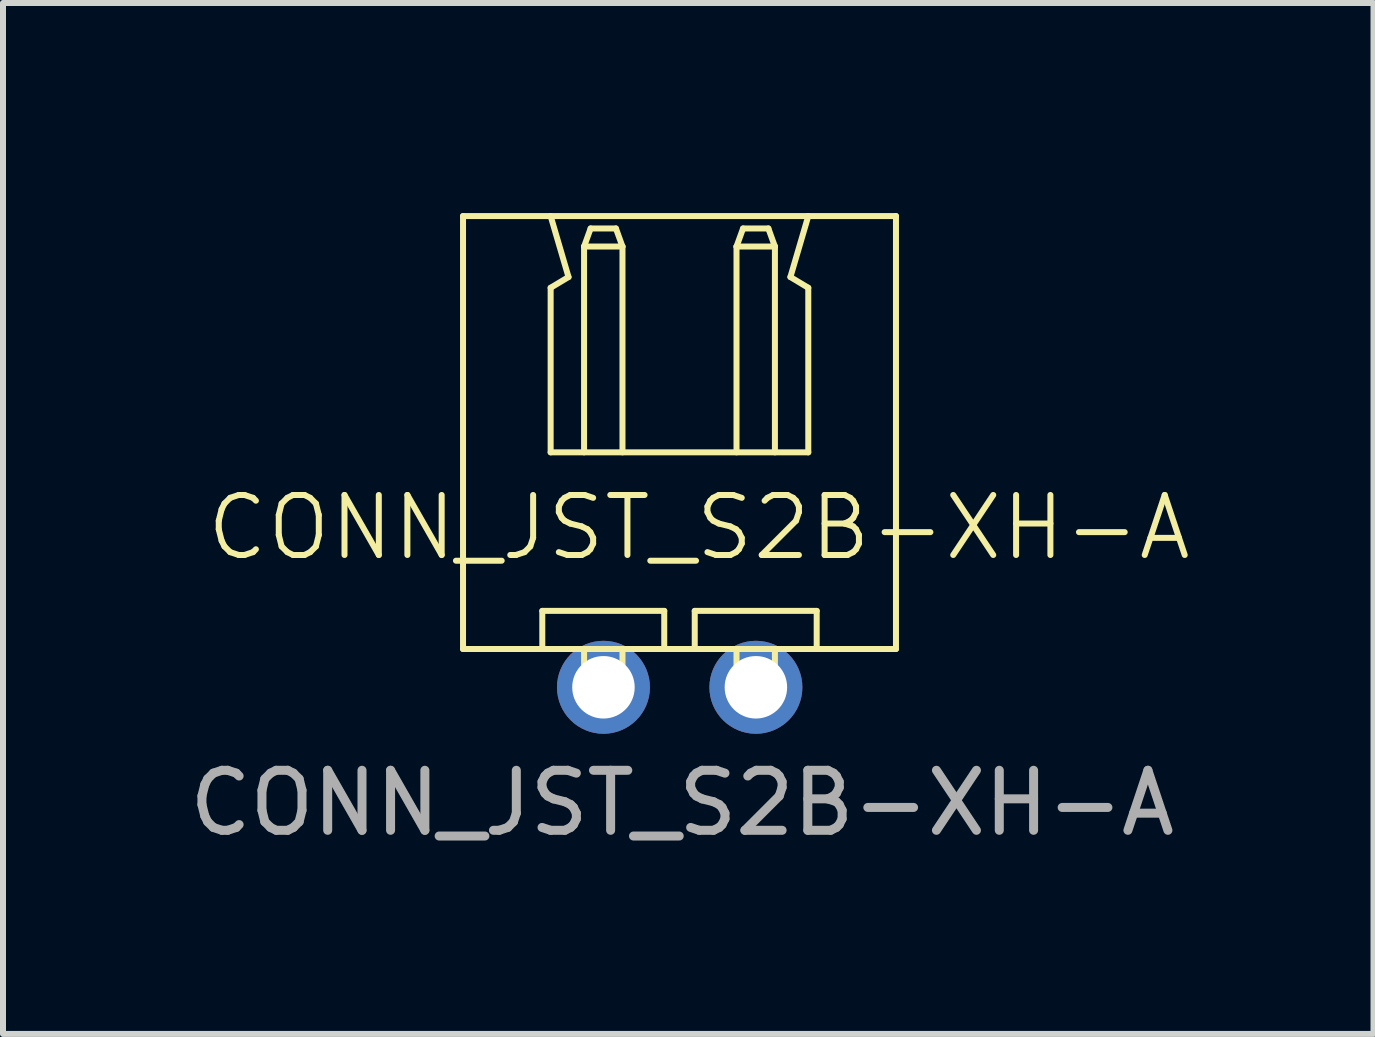
<source format=kicad_pcb>
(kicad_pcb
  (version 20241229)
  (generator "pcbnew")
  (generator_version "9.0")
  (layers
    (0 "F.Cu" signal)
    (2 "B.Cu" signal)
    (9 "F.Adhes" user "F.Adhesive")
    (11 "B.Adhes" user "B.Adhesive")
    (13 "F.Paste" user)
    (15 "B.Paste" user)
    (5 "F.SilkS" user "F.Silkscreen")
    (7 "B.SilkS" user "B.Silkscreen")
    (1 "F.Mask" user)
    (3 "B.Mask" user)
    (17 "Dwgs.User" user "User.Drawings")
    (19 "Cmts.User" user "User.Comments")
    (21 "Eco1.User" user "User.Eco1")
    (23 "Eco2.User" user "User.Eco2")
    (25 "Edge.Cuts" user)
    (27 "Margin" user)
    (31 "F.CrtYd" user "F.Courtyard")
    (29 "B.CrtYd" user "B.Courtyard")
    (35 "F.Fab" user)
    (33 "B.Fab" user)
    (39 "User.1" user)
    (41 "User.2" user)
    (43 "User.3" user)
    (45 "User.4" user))
  (footprint "CONN_JST_S2B-XH-A"
    (layer "F.Cu")
    (at 4.365 0.25)
    (property "Reference" "CONN_JST_S2B-XH-A" (at 4.23 5.49 0) (unlocked yes) (layer "F.SilkS") (effects (font (size 1 1) (thickness 0.1))))
    (attr through_hole)
    (fp_line (start 0.3 0.3) (end 0.3 7.514) (stroke (width 0.1) (type solid)) (layer "F.SilkS"))
    (fp_line (start 1.621 6.879) (end 1.621 7.514) (stroke (width 0.1) (type solid)) (layer "F.SilkS"))
    (fp_line (start 1.621 6.879) (end 3.653 6.879) (stroke (width 0.1) (type solid)) (layer "F.SilkS"))
    (fp_line (start 1.621 7.514) (end 0.3 7.514) (stroke (width 0.1) (type solid)) (layer "F.SilkS"))
    (fp_line (start 1.621 7.514) (end 2.317 7.514) (stroke (width 0.1) (type solid)) (layer "F.SilkS"))
    (fp_line (start 1.76 0.3) (end 0.3 0.3) (stroke (width 0.1) (type solid)) (layer "F.SilkS"))
    (fp_line (start 1.76 0.3) (end 2.058 1.316) (stroke (width 0.1) (type solid)) (layer "F.SilkS"))
    (fp_line (start 1.76 0.3) (end 6.053 0.3) (stroke (width 0.1) (type solid)) (layer "F.SilkS"))
    (fp_line (start 1.76 1.495) (end 1.76 4.237) (stroke (width 0.1) (type solid)) (layer "F.SilkS"))
    (fp_line (start 1.76 4.237) (end 6.053 4.237) (stroke (width 0.1) (type solid)) (layer "F.SilkS"))
    (fp_line (start 2.058 1.316) (end 1.76 1.495) (stroke (width 0.1) (type solid)) (layer "F.SilkS"))
    (fp_line (start 2.317 0.808) (end 2.317 4.237) (stroke (width 0.1) (type solid)) (layer "F.SilkS"))
    (fp_line (start 2.317 7.514) (end 2.317 8.108) (stroke (width 0.1) (type solid)) (layer "F.SilkS"))
    (fp_line (start 2.317 7.514) (end 2.957 7.514) (stroke (width 0.1) (type solid)) (layer "F.SilkS"))
    (fp_line (start 2.317 8.108) (end 2.317 8.337) (stroke (width 0.1) (type solid)) (layer "F.SilkS"))
    (fp_line (start 2.317 8.108) (end 2.957 8.108) (stroke (width 0.1) (type solid)) (layer "F.SilkS"))
    (fp_line (start 2.317 8.337) (end 2.957 8.337) (stroke (width 0.1) (type solid)) (layer "F.SilkS"))
    (fp_line (start 2.426 0.507) (end 2.317 0.808) (stroke (width 0.1) (type solid)) (layer "F.SilkS"))
    (fp_line (start 2.848 0.507) (end 2.426 0.507) (stroke (width 0.1) (type solid)) (layer "F.SilkS"))
    (fp_line (start 2.848 0.507) (end 2.957 0.808) (stroke (width 0.1) (type solid)) (layer "F.SilkS"))
    (fp_line (start 2.957 0.808) (end 2.317 0.808) (stroke (width 0.1) (type solid)) (layer "F.SilkS"))
    (fp_line (start 2.957 0.808) (end 2.957 4.237) (stroke (width 0.1) (type solid)) (layer "F.SilkS"))
    (fp_line (start 2.957 7.514) (end 2.957 8.108) (stroke (width 0.1) (type solid)) (layer "F.SilkS"))
    (fp_line (start 2.957 7.514) (end 3.653 7.514) (stroke (width 0.1) (type solid)) (layer "F.SilkS"))
    (fp_line (start 2.957 8.108) (end 2.957 8.337) (stroke (width 0.1) (type solid)) (layer "F.SilkS"))
    (fp_line (start 3.653 6.879) (end 3.653 7.514) (stroke (width 0.1) (type solid)) (layer "F.SilkS"))
    (fp_line (start 4.161 6.879) (end 4.161 7.514) (stroke (width 0.1) (type solid)) (layer "F.SilkS"))
    (fp_line (start 4.161 6.879) (end 6.193 6.879) (stroke (width 0.1) (type solid)) (layer "F.SilkS"))
    (fp_line (start 4.161 7.514) (end 3.653 7.514) (stroke (width 0.1) (type solid)) (layer "F.SilkS"))
    (fp_line (start 4.161 7.514) (end 4.857 7.514) (stroke (width 0.1) (type solid)) (layer "F.SilkS"))
    (fp_line (start 4.857 0.808) (end 4.857 4.237) (stroke (width 0.1) (type solid)) (layer "F.SilkS"))
    (fp_line (start 4.857 7.514) (end 4.857 8.108) (stroke (width 0.1) (type solid)) (layer "F.SilkS"))
    (fp_line (start 4.857 7.514) (end 5.497 7.514) (stroke (width 0.1) (type solid)) (layer "F.SilkS"))
    (fp_line (start 4.857 8.108) (end 4.857 8.337) (stroke (width 0.1) (type solid)) (layer "F.SilkS"))
    (fp_line (start 4.857 8.108) (end 5.497 8.108) (stroke (width 0.1) (type solid)) (layer "F.SilkS"))
    (fp_line (start 4.857 8.337) (end 5.497 8.337) (stroke (width 0.1) (type solid)) (layer "F.SilkS"))
    (fp_line (start 4.966 0.507) (end 4.857 0.808) (stroke (width 0.1) (type solid)) (layer "F.SilkS"))
    (fp_line (start 5.388 0.507) (end 4.966 0.507) (stroke (width 0.1) (type solid)) (layer "F.SilkS"))
    (fp_line (start 5.388 0.507) (end 5.497 0.808) (stroke (width 0.1) (type solid)) (layer "F.SilkS"))
    (fp_line (start 5.497 0.808) (end 4.857 0.808) (stroke (width 0.1) (type solid)) (layer "F.SilkS"))
    (fp_line (start 5.497 0.808) (end 5.497 4.237) (stroke (width 0.1) (type solid)) (layer "F.SilkS"))
    (fp_line (start 5.497 7.514) (end 5.497 8.108) (stroke (width 0.1) (type solid)) (layer "F.SilkS"))
    (fp_line (start 5.497 7.514) (end 6.193 7.514) (stroke (width 0.1) (type solid)) (layer "F.SilkS"))
    (fp_line (start 5.497 8.108) (end 5.497 8.337) (stroke (width 0.1) (type solid)) (layer "F.SilkS"))
    (fp_line (start 5.755 1.316) (end 6.053 0.3) (stroke (width 0.1) (type solid)) (layer "F.SilkS"))
    (fp_line (start 6.053 1.495) (end 5.755 1.316) (stroke (width 0.1) (type solid)) (layer "F.SilkS"))
    (fp_line (start 6.053 4.237) (end 6.053 1.495) (stroke (width 0.1) (type solid)) (layer "F.SilkS"))
    (fp_line (start 6.193 6.879) (end 6.193 7.514) (stroke (width 0.1) (type solid)) (layer "F.SilkS"))
    (fp_line (start 7.514 0.3) (end 6.053 0.3) (stroke (width 0.1) (type solid)) (layer "F.SilkS"))
    (fp_line (start 7.514 0.3) (end 7.514 7.514) (stroke (width 0.1) (type solid)) (layer "F.SilkS"))
    (fp_line (start 7.514 7.514) (end 6.193 7.514) (stroke (width 0.1) (type solid)) (layer "F.SilkS"))
    (fp_text user "${REFERENCE}" (at 3.95 10.08 0) (unlocked yes) (layer "F.Fab") (effects (font (size 1 1) (thickness 0.15))))
    (pad "1" thru_hole circle (at 2.64 8.152) (size 1.549 1.549) (drill 1.041) (layers "*.Cu" "*.Mask"))
    (pad "2" thru_hole circle (at 5.18 8.152) (size 1.549 1.549) (drill 1.041) (layers "*.Cu" "*.Mask")))
  (gr_rect
    (start -3 -3)
    (end 19.836 14.178)
    (stroke (width 0.1) (type default))
    (fill no)
    (layer "Edge.Cuts")))
</source>
